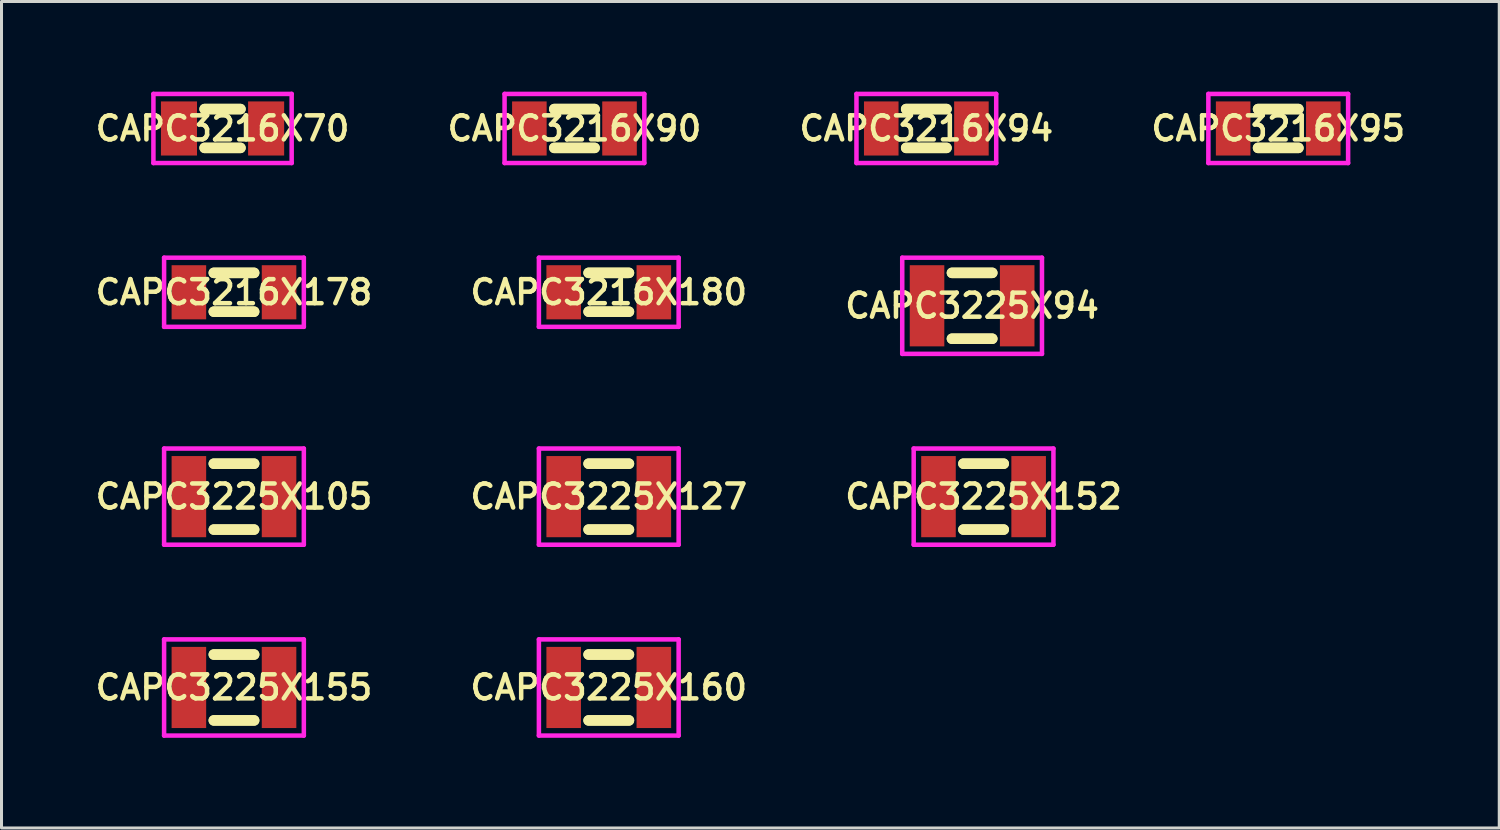
<source format=kicad_pcb>
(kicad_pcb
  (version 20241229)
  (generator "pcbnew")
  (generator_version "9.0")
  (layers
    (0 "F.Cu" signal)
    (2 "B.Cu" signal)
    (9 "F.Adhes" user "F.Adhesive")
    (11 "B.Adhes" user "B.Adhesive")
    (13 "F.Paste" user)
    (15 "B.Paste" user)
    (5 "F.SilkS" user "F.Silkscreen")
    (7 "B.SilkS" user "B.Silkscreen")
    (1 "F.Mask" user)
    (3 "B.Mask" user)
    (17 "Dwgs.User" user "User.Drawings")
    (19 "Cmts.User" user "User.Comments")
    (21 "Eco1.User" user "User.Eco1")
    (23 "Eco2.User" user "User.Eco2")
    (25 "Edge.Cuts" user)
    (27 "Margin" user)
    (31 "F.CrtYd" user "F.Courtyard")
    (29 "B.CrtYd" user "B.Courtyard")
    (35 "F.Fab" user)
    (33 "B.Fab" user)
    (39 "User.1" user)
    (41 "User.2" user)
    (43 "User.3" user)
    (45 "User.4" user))
  (footprint "CAPC3216X70"
    (layer "F.Cu")
    (at 4.355 1.225)
    (property "Reference" "CAPC3216X70" (at 0 0 0) (layer "F.SilkS") (effects (font (size 0.8 0.8) (thickness 0.15))))
    (attr smd)
    (fp_line (start -0.596 -0.646) (end 0.596 -0.646) (stroke (width 0.35) (type solid)) (layer "F.SilkS"))
    (fp_line (start -0.596 0.646) (end 0.596 0.646) (stroke (width 0.35) (type solid)) (layer "F.SilkS"))
    (fp_line (start 0.596 -0.646) (end -0.596 -0.646) (stroke (width 0.35) (type solid)) (layer "F.SilkS"))
    (fp_line (start 0.596 0.646) (end -0.596 0.646) (stroke (width 0.35) (type solid)) (layer "F.SilkS"))
    (fp_line (start -2.3 -1.15) (end 2.3 -1.15) (stroke (width 0.15) (type solid)) (layer "F.CrtYd"))
    (fp_line (start -2.3 1.15) (end -2.3 -1.15) (stroke (width 0.15) (type solid)) (layer "F.CrtYd"))
    (fp_line (start 2.3 -1.15) (end 2.3 1.15) (stroke (width 0.15) (type solid)) (layer "F.CrtYd"))
    (fp_line (start 2.3 1.15) (end -2.3 1.15) (stroke (width 0.15) (type solid)) (layer "F.CrtYd"))
    (pad "1" smd rect (at -1.45 0) (size 1.2 1.8) (layers "F.Cu" "F.Mask" "F.Paste"))
    (pad "2" smd rect (at 1.45 0) (size 1.2 1.8) (layers "F.Cu" "F.Mask" "F.Paste")))
  (footprint "CAPC3225X160"
    (layer "F.Cu")
    (at 17.206 19.825)
    (property "Reference" "CAPC3225X160" (at 0 0 0) (layer "F.SilkS") (effects (font (size 0.8 0.8) (thickness 0.15))))
    (attr through_hole)
    (fp_line (start -0.671 -1.096) (end 0.671 -1.096) (stroke (width 0.35) (type solid)) (layer "F.SilkS"))
    (fp_line (start -0.671 1.096) (end 0.671 1.096) (stroke (width 0.35) (type solid)) (layer "F.SilkS"))
    (fp_line (start 0.671 -1.096) (end -0.671 -1.096) (stroke (width 0.35) (type solid)) (layer "F.SilkS"))
    (fp_line (start 0.671 1.096) (end -0.671 1.096) (stroke (width 0.35) (type solid)) (layer "F.SilkS"))
    (fp_line (start -2.325 -1.6) (end 2.325 -1.6) (stroke (width 0.15) (type solid)) (layer "F.CrtYd"))
    (fp_line (start -2.325 1.6) (end -2.325 -1.6) (stroke (width 0.15) (type solid)) (layer "F.CrtYd"))
    (fp_line (start 2.325 -1.6) (end 2.325 1.6) (stroke (width 0.15) (type solid)) (layer "F.CrtYd"))
    (fp_line (start 2.325 1.6) (end -2.325 1.6) (stroke (width 0.15) (type solid)) (layer "F.CrtYd"))
    (pad "1" smd rect (at -1.5 0) (size 1.15 2.7) (layers "F.Cu" "F.Mask" "F.Paste"))
    (pad "2" smd rect (at 1.5 0) (size 1.15 2.7) (layers "F.Cu" "F.Mask" "F.Paste")))
  (footprint "CAPC3216X90"
    (layer "F.Cu")
    (at 16.064 1.225)
    (property "Reference" "CAPC3216X90" (at 0 0 0) (layer "F.SilkS") (effects (font (size 0.8 0.8) (thickness 0.15))))
    (attr smd)
    (fp_line (start -0.671 -0.646) (end 0.671 -0.646) (stroke (width 0.35) (type solid)) (layer "F.SilkS"))
    (fp_line (start -0.671 0.646) (end 0.671 0.646) (stroke (width 0.35) (type solid)) (layer "F.SilkS"))
    (fp_line (start 0.671 -0.646) (end -0.671 -0.646) (stroke (width 0.35) (type solid)) (layer "F.SilkS"))
    (fp_line (start 0.671 0.646) (end -0.671 0.646) (stroke (width 0.35) (type solid)) (layer "F.SilkS"))
    (fp_line (start -2.325 -1.15) (end 2.325 -1.15) (stroke (width 0.15) (type solid)) (layer "F.CrtYd"))
    (fp_line (start -2.325 1.15) (end -2.325 -1.15) (stroke (width 0.15) (type solid)) (layer "F.CrtYd"))
    (fp_line (start 2.325 -1.15) (end 2.325 1.15) (stroke (width 0.15) (type solid)) (layer "F.CrtYd"))
    (fp_line (start 2.325 1.15) (end -2.325 1.15) (stroke (width 0.15) (type solid)) (layer "F.CrtYd"))
    (pad "1" smd rect (at -1.5 0) (size 1.15 1.8) (layers "F.Cu" "F.Mask" "F.Paste"))
    (pad "2" smd rect (at 1.5 0) (size 1.15 1.8) (layers "F.Cu" "F.Mask" "F.Paste")))
  (footprint "CAPC3216X178"
    (layer "F.Cu")
    (at 4.735 6.675)
    (property "Reference" "CAPC3216X178" (at 0 0 0) (layer "F.SilkS") (effects (font (size 0.8 0.8) (thickness 0.15))))
    (attr smd)
    (fp_line (start -0.671 -0.646) (end 0.671 -0.646) (stroke (width 0.35) (type solid)) (layer "F.SilkS"))
    (fp_line (start -0.671 0.646) (end 0.671 0.646) (stroke (width 0.35) (type solid)) (layer "F.SilkS"))
    (fp_line (start 0.671 -0.646) (end -0.671 -0.646) (stroke (width 0.35) (type solid)) (layer "F.SilkS"))
    (fp_line (start 0.671 0.646) (end -0.671 0.646) (stroke (width 0.35) (type solid)) (layer "F.SilkS"))
    (fp_line (start -2.325 -1.15) (end 2.325 -1.15) (stroke (width 0.15) (type solid)) (layer "F.CrtYd"))
    (fp_line (start -2.325 1.15) (end -2.325 -1.15) (stroke (width 0.15) (type solid)) (layer "F.CrtYd"))
    (fp_line (start 2.325 -1.15) (end 2.325 1.15) (stroke (width 0.15) (type solid)) (layer "F.CrtYd"))
    (fp_line (start 2.325 1.15) (end -2.325 1.15) (stroke (width 0.15) (type solid)) (layer "F.CrtYd"))
    (pad "1" smd rect (at -1.5 0) (size 1.15 1.8) (layers "F.Cu" "F.Mask" "F.Paste"))
    (pad "2" smd rect (at 1.5 0) (size 1.15 1.8) (layers "F.Cu" "F.Mask" "F.Paste")))
  (footprint "CAPC3225X105"
    (layer "F.Cu")
    (at 4.735 13.475)
    (property "Reference" "CAPC3225X105" (at 0 0 0) (layer "F.SilkS") (effects (font (size 0.8 0.8) (thickness 0.15))))
    (attr smd)
    (fp_line (start -0.671 -1.096) (end 0.671 -1.096) (stroke (width 0.35) (type solid)) (layer "F.SilkS"))
    (fp_line (start -0.671 1.096) (end 0.671 1.096) (stroke (width 0.35) (type solid)) (layer "F.SilkS"))
    (fp_line (start 0.671 -1.096) (end -0.671 -1.096) (stroke (width 0.35) (type solid)) (layer "F.SilkS"))
    (fp_line (start 0.671 1.096) (end -0.671 1.096) (stroke (width 0.35) (type solid)) (layer "F.SilkS"))
    (fp_line (start -2.325 -1.6) (end 2.325 -1.6) (stroke (width 0.15) (type solid)) (layer "F.CrtYd"))
    (fp_line (start -2.325 1.6) (end -2.325 -1.6) (stroke (width 0.15) (type solid)) (layer "F.CrtYd"))
    (fp_line (start 2.325 -1.6) (end 2.325 1.6) (stroke (width 0.15) (type solid)) (layer "F.CrtYd"))
    (fp_line (start 2.325 1.6) (end -2.325 1.6) (stroke (width 0.15) (type solid)) (layer "F.CrtYd"))
    (pad "1" smd rect (at -1.5 0) (size 1.15 2.7) (layers "F.Cu" "F.Mask" "F.Paste"))
    (pad "2" smd rect (at 1.5 0) (size 1.15 2.7) (layers "F.Cu" "F.Mask" "F.Paste")))
  (footprint "CAPC3216X180"
    (layer "F.Cu")
    (at 17.206 6.675)
    (property "Reference" "CAPC3216X180" (at 0 0 0) (layer "F.SilkS") (effects (font (size 0.8 0.8) (thickness 0.15))))
    (attr smd)
    (fp_line (start -0.671 -0.646) (end 0.671 -0.646) (stroke (width 0.35) (type solid)) (layer "F.SilkS"))
    (fp_line (start -0.671 0.646) (end 0.671 0.646) (stroke (width 0.35) (type solid)) (layer "F.SilkS"))
    (fp_line (start 0.671 -0.646) (end -0.671 -0.646) (stroke (width 0.35) (type solid)) (layer "F.SilkS"))
    (fp_line (start 0.671 0.646) (end -0.671 0.646) (stroke (width 0.35) (type solid)) (layer "F.SilkS"))
    (fp_line (start -2.325 -1.15) (end 2.325 -1.15) (stroke (width 0.15) (type solid)) (layer "F.CrtYd"))
    (fp_line (start -2.325 1.15) (end -2.325 -1.15) (stroke (width 0.15) (type solid)) (layer "F.CrtYd"))
    (fp_line (start 2.325 -1.15) (end 2.325 1.15) (stroke (width 0.15) (type solid)) (layer "F.CrtYd"))
    (fp_line (start 2.325 1.15) (end -2.325 1.15) (stroke (width 0.15) (type solid)) (layer "F.CrtYd"))
    (pad "1" smd rect (at -1.5 0) (size 1.15 1.8) (layers "F.Cu" "F.Mask" "F.Paste"))
    (pad "2" smd rect (at 1.5 0) (size 1.15 1.8) (layers "F.Cu" "F.Mask" "F.Paste")))
  (footprint "CAPC3216X95"
    (layer "F.Cu")
    (at 39.482 1.225)
    (property "Reference" "CAPC3216X95" (at 0 0 0) (layer "F.SilkS") (effects (font (size 0.8 0.8) (thickness 0.15))))
    (attr smd)
    (fp_line (start -0.671 -0.646) (end 0.671 -0.646) (stroke (width 0.35) (type solid)) (layer "F.SilkS"))
    (fp_line (start -0.671 0.646) (end 0.671 0.646) (stroke (width 0.35) (type solid)) (layer "F.SilkS"))
    (fp_line (start 0.671 -0.646) (end -0.671 -0.646) (stroke (width 0.35) (type solid)) (layer "F.SilkS"))
    (fp_line (start 0.671 0.646) (end -0.671 0.646) (stroke (width 0.35) (type solid)) (layer "F.SilkS"))
    (fp_line (start -2.325 -1.15) (end 2.325 -1.15) (stroke (width 0.15) (type solid)) (layer "F.CrtYd"))
    (fp_line (start -2.325 1.15) (end -2.325 -1.15) (stroke (width 0.15) (type solid)) (layer "F.CrtYd"))
    (fp_line (start 2.325 -1.15) (end 2.325 1.15) (stroke (width 0.15) (type solid)) (layer "F.CrtYd"))
    (fp_line (start 2.325 1.15) (end -2.325 1.15) (stroke (width 0.15) (type solid)) (layer "F.CrtYd"))
    (pad "1" smd rect (at -1.5 0) (size 1.15 1.8) (layers "F.Cu" "F.Mask" "F.Paste"))
    (pad "2" smd rect (at 1.5 0) (size 1.15 1.8) (layers "F.Cu" "F.Mask" "F.Paste")))
  (footprint "CAPC3225X94"
    (layer "F.Cu")
    (at 29.296 7.125)
    (property "Reference" "CAPC3225X94" (at 0 0 0) (layer "F.SilkS") (effects (font (size 0.8 0.8) (thickness 0.15))))
    (attr smd)
    (fp_line (start -0.671 -1.096) (end 0.671 -1.096) (stroke (width 0.35) (type solid)) (layer "F.SilkS"))
    (fp_line (start -0.671 1.096) (end 0.671 1.096) (stroke (width 0.35) (type solid)) (layer "F.SilkS"))
    (fp_line (start 0.671 -1.096) (end -0.671 -1.096) (stroke (width 0.35) (type solid)) (layer "F.SilkS"))
    (fp_line (start 0.671 1.096) (end -0.671 1.096) (stroke (width 0.35) (type solid)) (layer "F.SilkS"))
    (fp_line (start -2.325 -1.6) (end 2.325 -1.6) (stroke (width 0.15) (type solid)) (layer "F.CrtYd"))
    (fp_line (start -2.325 1.6) (end -2.325 -1.6) (stroke (width 0.15) (type solid)) (layer "F.CrtYd"))
    (fp_line (start 2.325 -1.6) (end 2.325 1.6) (stroke (width 0.15) (type solid)) (layer "F.CrtYd"))
    (fp_line (start 2.325 1.6) (end -2.325 1.6) (stroke (width 0.15) (type solid)) (layer "F.CrtYd"))
    (pad "1" smd rect (at -1.5 0) (size 1.15 2.7) (layers "F.Cu" "F.Mask" "F.Paste"))
    (pad "2" smd rect (at 1.5 0) (size 1.15 2.7) (layers "F.Cu" "F.Mask" "F.Paste")))
  (footprint "CAPC3225X155"
    (layer "F.Cu")
    (at 4.735 19.825)
    (property "Reference" "CAPC3225X155" (at 0 0 0) (layer "F.SilkS") (effects (font (size 0.8 0.8) (thickness 0.15))))
    (attr smd)
    (fp_line (start -0.671 -1.096) (end 0.671 -1.096) (stroke (width 0.35) (type solid)) (layer "F.SilkS"))
    (fp_line (start -0.671 1.096) (end 0.671 1.096) (stroke (width 0.35) (type solid)) (layer "F.SilkS"))
    (fp_line (start 0.671 -1.096) (end -0.671 -1.096) (stroke (width 0.35) (type solid)) (layer "F.SilkS"))
    (fp_line (start 0.671 1.096) (end -0.671 1.096) (stroke (width 0.35) (type solid)) (layer "F.SilkS"))
    (fp_line (start -2.325 -1.6) (end 2.325 -1.6) (stroke (width 0.15) (type solid)) (layer "F.CrtYd"))
    (fp_line (start -2.325 1.6) (end -2.325 -1.6) (stroke (width 0.15) (type solid)) (layer "F.CrtYd"))
    (fp_line (start 2.325 -1.6) (end 2.325 1.6) (stroke (width 0.15) (type solid)) (layer "F.CrtYd"))
    (fp_line (start 2.325 1.6) (end -2.325 1.6) (stroke (width 0.15) (type solid)) (layer "F.CrtYd"))
    (pad "1" smd rect (at -1.5 0) (size 1.15 2.7) (layers "F.Cu" "F.Mask" "F.Paste"))
    (pad "2" smd rect (at 1.5 0) (size 1.15 2.7) (layers "F.Cu" "F.Mask" "F.Paste")))
  (footprint "CAPC3216X94"
    (layer "F.Cu")
    (at 27.773 1.225)
    (property "Reference" "CAPC3216X94" (at 0 0 0) (layer "F.SilkS") (effects (font (size 0.8 0.8) (thickness 0.15))))
    (attr smd)
    (fp_line (start -0.671 -0.646) (end 0.671 -0.646) (stroke (width 0.35) (type solid)) (layer "F.SilkS"))
    (fp_line (start -0.671 0.646) (end 0.671 0.646) (stroke (width 0.35) (type solid)) (layer "F.SilkS"))
    (fp_line (start 0.671 -0.646) (end -0.671 -0.646) (stroke (width 0.35) (type solid)) (layer "F.SilkS"))
    (fp_line (start 0.671 0.646) (end -0.671 0.646) (stroke (width 0.35) (type solid)) (layer "F.SilkS"))
    (fp_line (start -2.325 -1.15) (end 2.325 -1.15) (stroke (width 0.15) (type solid)) (layer "F.CrtYd"))
    (fp_line (start -2.325 1.15) (end -2.325 -1.15) (stroke (width 0.15) (type solid)) (layer "F.CrtYd"))
    (fp_line (start 2.325 -1.15) (end 2.325 1.15) (stroke (width 0.15) (type solid)) (layer "F.CrtYd"))
    (fp_line (start 2.325 1.15) (end -2.325 1.15) (stroke (width 0.15) (type solid)) (layer "F.CrtYd"))
    (pad "1" smd rect (at -1.5 0) (size 1.15 1.8) (layers "F.Cu" "F.Mask" "F.Paste"))
    (pad "2" smd rect (at 1.5 0) (size 1.15 1.8) (layers "F.Cu" "F.Mask" "F.Paste")))
  (footprint "CAPC3225X152"
    (layer "F.Cu")
    (at 29.677 13.475)
    (property "Reference" "CAPC3225X152" (at 0 0 0) (layer "F.SilkS") (effects (font (size 0.8 0.8) (thickness 0.15))))
    (attr smd)
    (fp_line (start -0.671 -1.096) (end 0.671 -1.096) (stroke (width 0.35) (type solid)) (layer "F.SilkS"))
    (fp_line (start -0.671 1.096) (end 0.671 1.096) (stroke (width 0.35) (type solid)) (layer "F.SilkS"))
    (fp_line (start 0.671 -1.096) (end -0.671 -1.096) (stroke (width 0.35) (type solid)) (layer "F.SilkS"))
    (fp_line (start 0.671 1.096) (end -0.671 1.096) (stroke (width 0.35) (type solid)) (layer "F.SilkS"))
    (fp_line (start -2.325 -1.6) (end 2.325 -1.6) (stroke (width 0.15) (type solid)) (layer "F.CrtYd"))
    (fp_line (start -2.325 1.6) (end -2.325 -1.6) (stroke (width 0.15) (type solid)) (layer "F.CrtYd"))
    (fp_line (start 2.325 -1.6) (end 2.325 1.6) (stroke (width 0.15) (type solid)) (layer "F.CrtYd"))
    (fp_line (start 2.325 1.6) (end -2.325 1.6) (stroke (width 0.15) (type solid)) (layer "F.CrtYd"))
    (pad "1" smd rect (at -1.5 0) (size 1.15 2.7) (layers "F.Cu" "F.Mask" "F.Paste"))
    (pad "2" smd rect (at 1.5 0) (size 1.15 2.7) (layers "F.Cu" "F.Mask" "F.Paste")))
  (footprint "CAPC3225X127"
    (layer "F.Cu")
    (at 17.206 13.475)
    (property "Reference" "CAPC3225X127" (at 0 0 0) (layer "F.SilkS") (effects (font (size 0.8 0.8) (thickness 0.15))))
    (attr smd)
    (fp_line (start -0.671 -1.096) (end 0.671 -1.096) (stroke (width 0.35) (type solid)) (layer "F.SilkS"))
    (fp_line (start -0.671 1.096) (end 0.671 1.096) (stroke (width 0.35) (type solid)) (layer "F.SilkS"))
    (fp_line (start 0.671 -1.096) (end -0.671 -1.096) (stroke (width 0.35) (type solid)) (layer "F.SilkS"))
    (fp_line (start 0.671 1.096) (end -0.671 1.096) (stroke (width 0.35) (type solid)) (layer "F.SilkS"))
    (fp_line (start -2.325 -1.6) (end 2.325 -1.6) (stroke (width 0.15) (type solid)) (layer "F.CrtYd"))
    (fp_line (start -2.325 1.6) (end -2.325 -1.6) (stroke (width 0.15) (type solid)) (layer "F.CrtYd"))
    (fp_line (start 2.325 -1.6) (end 2.325 1.6) (stroke (width 0.15) (type solid)) (layer "F.CrtYd"))
    (fp_line (start 2.325 1.6) (end -2.325 1.6) (stroke (width 0.15) (type solid)) (layer "F.CrtYd"))
    (pad "1" smd rect (at -1.5 0) (size 1.15 2.7) (layers "F.Cu" "F.Mask" "F.Paste"))
    (pad "2" smd rect (at 1.5 0) (size 1.15 2.7) (layers "F.Cu" "F.Mask" "F.Paste")))
  (gr_rect
    (start -3 -3)
    (end 46.836 24.5)
    (stroke (width 0.1) (type default))
    (fill no)
    (layer "Edge.Cuts")))
</source>
